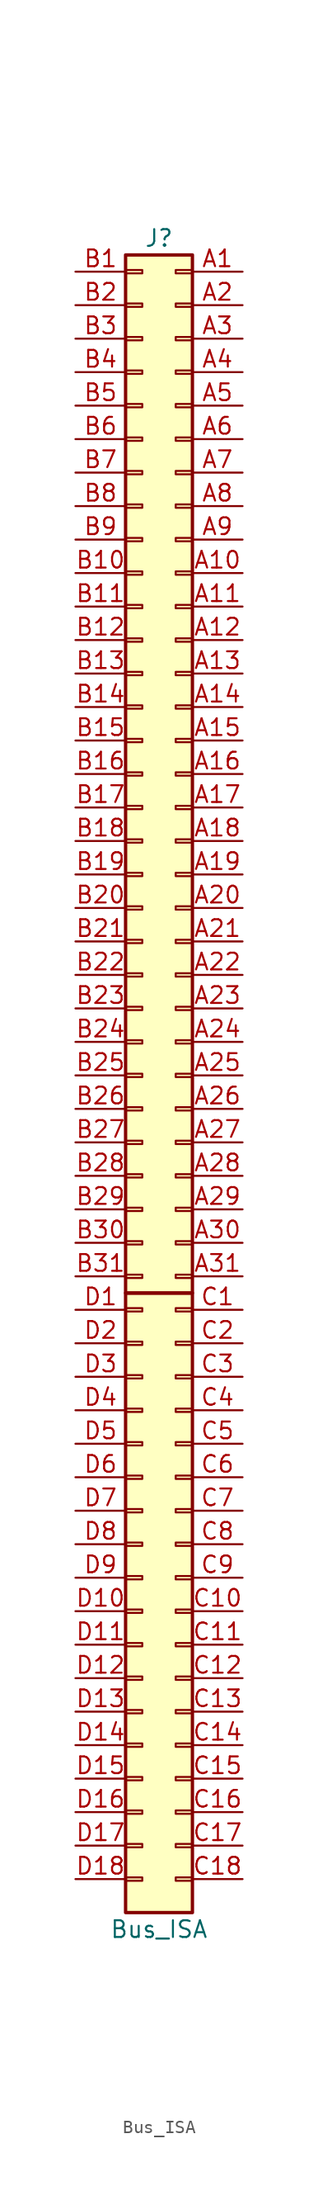
<source format=kicad_sym>
(kicad_symbol_lib
  (version 20220914)
  (generator kicad_symbol_editor)
  (symbol "Bus_ISA"
    (pin_names
      (offset 1.016) hide)
    (property "Reference" "J"
      (at 0 40.64 0)
      (effects (font (size 1.27 1.27))))
    (property "Value" "Bus_ISA"
      (at 0 -87.63 0)
      (effects (font (size 1.27 1.27))))
    (symbol "Bus_ISA_1_1"
      (rectangle (start -2.54 -83.693) (end -1.27 -83.947) (stroke (width 0.152) (type default)) (fill (type none)))
      (rectangle (start -2.54 -81.153) (end -1.27 -81.407) (stroke (width 0.152) (type default)) (fill (type none)))
      (rectangle (start -2.54 -78.613) (end -1.27 -78.867) (stroke (width 0.152) (type default)) (fill (type none)))
      (rectangle (start -2.54 -76.073) (end -1.27 -76.327) (stroke (width 0.152) (type default)) (fill (type none)))
      (rectangle (start -2.54 -73.533) (end -1.27 -73.787) (stroke (width 0.152) (type default)) (fill (type none)))
      (rectangle (start -2.54 -70.993) (end -1.27 -71.247) (stroke (width 0.152) (type default)) (fill (type none)))
      (rectangle (start -2.54 -68.453) (end -1.27 -68.707) (stroke (width 0.152) (type default)) (fill (type none)))
      (rectangle (start -2.54 -65.913) (end -1.27 -66.167) (stroke (width 0.152) (type default)) (fill (type none)))
      (rectangle (start -2.54 -63.373) (end -1.27 -63.627) (stroke (width 0.152) (type default)) (fill (type none)))
      (rectangle (start -2.54 -60.833) (end -1.27 -61.087) (stroke (width 0.152) (type default)) (fill (type none)))
      (rectangle (start -2.54 -58.293) (end -1.27 -58.547) (stroke (width 0.152) (type default)) (fill (type none)))
      (rectangle (start -2.54 -55.753) (end -1.27 -56.007) (stroke (width 0.152) (type default)) (fill (type none)))
      (rectangle (start -2.54 -53.213) (end -1.27 -53.467) (stroke (width 0.152) (type default)) (fill (type none)))
      (rectangle (start -2.54 -50.673) (end -1.27 -50.927) (stroke (width 0.152) (type default)) (fill (type none)))
      (rectangle (start -2.54 -48.133) (end -1.27 -48.387) (stroke (width 0.152) (type default)) (fill (type none)))
      (rectangle (start -2.54 -45.593) (end -1.27 -45.847) (stroke (width 0.152) (type default)) (fill (type none)))
      (rectangle (start -2.54 -43.053) (end -1.27 -43.307) (stroke (width 0.152) (type default)) (fill (type none)))
      (rectangle (start -2.54 -40.513) (end -1.27 -40.767) (stroke (width 0.152) (type default)) (fill (type none)))
      (rectangle (start -2.54 -39.37) (end 2.54 -86.36) (stroke (width 0.254) (type default)) (fill (type background)))
      (rectangle (start -2.54 -37.973) (end -1.27 -38.227) (stroke (width 0.152) (type default)) (fill (type none)))
      (rectangle (start -2.54 -35.433) (end -1.27 -35.687) (stroke (width 0.152) (type default)) (fill (type none)))
      (rectangle (start -2.54 -32.893) (end -1.27 -33.147) (stroke (width 0.152) (type default)) (fill (type none)))
      (rectangle (start -2.54 -30.353) (end -1.27 -30.607) (stroke (width 0.152) (type default)) (fill (type none)))
      (rectangle (start -2.54 -27.813) (end -1.27 -28.067) (stroke (width 0.152) (type default)) (fill (type none)))
      (rectangle (start -2.54 -25.273) (end -1.27 -25.527) (stroke (width 0.152) (type default)) (fill (type none)))
      (rectangle (start -2.54 -22.733) (end -1.27 -22.987) (stroke (width 0.152) (type default)) (fill (type none)))
      (rectangle (start -2.54 -20.193) (end -1.27 -20.447) (stroke (width 0.152) (type default)) (fill (type none)))
      (rectangle (start -2.54 -17.653) (end -1.27 -17.907) (stroke (width 0.152) (type default)) (fill (type none)))
      (rectangle (start -2.54 -15.113) (end -1.27 -15.367) (stroke (width 0.152) (type default)) (fill (type none)))
      (rectangle (start -2.54 -12.573) (end -1.27 -12.827) (stroke (width 0.152) (type default)) (fill (type none)))
      (rectangle (start -2.54 -10.033) (end -1.27 -10.287) (stroke (width 0.152) (type default)) (fill (type none)))
      (rectangle (start -2.54 -7.493) (end -1.27 -7.747) (stroke (width 0.152) (type default)) (fill (type none)))
      (rectangle (start -2.54 -4.953) (end -1.27 -5.207) (stroke (width 0.152) (type default)) (fill (type none)))
      (rectangle (start -2.54 -2.413) (end -1.27 -2.667) (stroke (width 0.152) (type default)) (fill (type none)))
      (rectangle (start -2.54 0.127) (end -1.27 -0.127) (stroke (width 0.152) (type default)) (fill (type none)))
      (rectangle (start -2.54 2.667) (end -1.27 2.413) (stroke (width 0.152) (type default)) (fill (type none)))
      (rectangle (start -2.54 5.207) (end -1.27 4.953) (stroke (width 0.152) (type default)) (fill (type none)))
      (rectangle (start -2.54 7.747) (end -1.27 7.493) (stroke (width 0.152) (type default)) (fill (type none)))
      (rectangle (start -2.54 10.287) (end -1.27 10.033) (stroke (width 0.152) (type default)) (fill (type none)))
      (rectangle (start -2.54 12.827) (end -1.27 12.573) (stroke (width 0.152) (type default)) (fill (type none)))
      (rectangle (start -2.54 15.367) (end -1.27 15.113) (stroke (width 0.152) (type default)) (fill (type none)))
      (rectangle (start -2.54 17.907) (end -1.27 17.653) (stroke (width 0.152) (type default)) (fill (type none)))
      (rectangle (start -2.54 20.447) (end -1.27 20.193) (stroke (width 0.152) (type default)) (fill (type none)))
      (rectangle (start -2.54 22.987) (end -1.27 22.733) (stroke (width 0.152) (type default)) (fill (type none)))
      (rectangle (start -2.54 25.527) (end -1.27 25.273) (stroke (width 0.152) (type default)) (fill (type none)))
      (rectangle (start -2.54 28.067) (end -1.27 27.813) (stroke (width 0.152) (type default)) (fill (type none)))
      (rectangle (start -2.54 30.607) (end -1.27 30.353) (stroke (width 0.152) (type default)) (fill (type none)))
      (rectangle (start -2.54 33.147) (end -1.27 32.893) (stroke (width 0.152) (type default)) (fill (type none)))
      (rectangle (start -2.54 35.687) (end -1.27 35.433) (stroke (width 0.152) (type default)) (fill (type none)))
      (rectangle (start -2.54 38.227) (end -1.27 37.973) (stroke (width 0.152) (type default)) (fill (type none)))
      (rectangle (start -2.54 39.37) (end 2.54 -39.37) (stroke (width 0.254) (type default)) (fill (type background)))
      (rectangle (start 2.54 -83.693) (end 1.27 -83.947) (stroke (width 0.152) (type default)) (fill (type none)))
      (rectangle (start 2.54 -81.153) (end 1.27 -81.407) (stroke (width 0.152) (type default)) (fill (type none)))
      (rectangle (start 2.54 -78.613) (end 1.27 -78.867) (stroke (width 0.152) (type default)) (fill (type none)))
      (rectangle (start 2.54 -76.073) (end 1.27 -76.327) (stroke (width 0.152) (type default)) (fill (type none)))
      (rectangle (start 2.54 -73.533) (end 1.27 -73.787) (stroke (width 0.152) (type default)) (fill (type none)))
      (rectangle (start 2.54 -70.993) (end 1.27 -71.247) (stroke (width 0.152) (type default)) (fill (type none)))
      (rectangle (start 2.54 -68.453) (end 1.27 -68.707) (stroke (width 0.152) (type default)) (fill (type none)))
      (rectangle (start 2.54 -65.913) (end 1.27 -66.167) (stroke (width 0.152) (type default)) (fill (type none)))
      (rectangle (start 2.54 -63.373) (end 1.27 -63.627) (stroke (width 0.152) (type default)) (fill (type none)))
      (rectangle (start 2.54 -60.833) (end 1.27 -61.087) (stroke (width 0.152) (type default)) (fill (type none)))
      (rectangle (start 2.54 -58.293) (end 1.27 -58.547) (stroke (width 0.152) (type default)) (fill (type none)))
      (rectangle (start 2.54 -55.753) (end 1.27 -56.007) (stroke (width 0.152) (type default)) (fill (type none)))
      (rectangle (start 2.54 -53.213) (end 1.27 -53.467) (stroke (width 0.152) (type default)) (fill (type none)))
      (rectangle (start 2.54 -50.673) (end 1.27 -50.927) (stroke (width 0.152) (type default)) (fill (type none)))
      (rectangle (start 2.54 -48.133) (end 1.27 -48.387) (stroke (width 0.152) (type default)) (fill (type none)))
      (rectangle (start 2.54 -45.593) (end 1.27 -45.847) (stroke (width 0.152) (type default)) (fill (type none)))
      (rectangle (start 2.54 -43.053) (end 1.27 -43.307) (stroke (width 0.152) (type default)) (fill (type none)))
      (rectangle (start 2.54 -40.513) (end 1.27 -40.767) (stroke (width 0.152) (type default)) (fill (type none)))
      (rectangle (start 2.54 -37.973) (end 1.27 -38.227) (stroke (width 0.152) (type default)) (fill (type none)))
      (rectangle (start 2.54 -35.433) (end 1.27 -35.687) (stroke (width 0.152) (type default)) (fill (type none)))
      (rectangle (start 2.54 -32.893) (end 1.27 -33.147) (stroke (width 0.152) (type default)) (fill (type none)))
      (rectangle (start 2.54 -30.353) (end 1.27 -30.607) (stroke (width 0.152) (type default)) (fill (type none)))
      (rectangle (start 2.54 -27.813) (end 1.27 -28.067) (stroke (width 0.152) (type default)) (fill (type none)))
      (rectangle (start 2.54 -25.273) (end 1.27 -25.527) (stroke (width 0.152) (type default)) (fill (type none)))
      (rectangle (start 2.54 -22.733) (end 1.27 -22.987) (stroke (width 0.152) (type default)) (fill (type none)))
      (rectangle (start 2.54 -20.193) (end 1.27 -20.447) (stroke (width 0.152) (type default)) (fill (type none)))
      (rectangle (start 2.54 -17.653) (end 1.27 -17.907) (stroke (width 0.152) (type default)) (fill (type none)))
      (rectangle (start 2.54 -15.113) (end 1.27 -15.367) (stroke (width 0.152) (type default)) (fill (type none)))
      (rectangle (start 2.54 -12.573) (end 1.27 -12.827) (stroke (width 0.152) (type default)) (fill (type none)))
      (rectangle (start 2.54 -10.033) (end 1.27 -10.287) (stroke (width 0.152) (type default)) (fill (type none)))
      (rectangle (start 2.54 -7.493) (end 1.27 -7.747) (stroke (width 0.152) (type default)) (fill (type none)))
      (rectangle (start 2.54 -4.953) (end 1.27 -5.207) (stroke (width 0.152) (type default)) (fill (type none)))
      (rectangle (start 2.54 -2.413) (end 1.27 -2.667) (stroke (width 0.152) (type default)) (fill (type none)))
      (rectangle (start 2.54 0.127) (end 1.27 -0.127) (stroke (width 0.152) (type default)) (fill (type none)))
      (rectangle (start 2.54 2.667) (end 1.27 2.413) (stroke (width 0.152) (type default)) (fill (type none)))
      (rectangle (start 2.54 5.207) (end 1.27 4.953) (stroke (width 0.152) (type default)) (fill (type none)))
      (rectangle (start 2.54 7.747) (end 1.27 7.493) (stroke (width 0.152) (type default)) (fill (type none)))
      (rectangle (start 2.54 10.287) (end 1.27 10.033) (stroke (width 0.152) (type default)) (fill (type none)))
      (rectangle (start 2.54 12.827) (end 1.27 12.573) (stroke (width 0.152) (type default)) (fill (type none)))
      (rectangle (start 2.54 15.367) (end 1.27 15.113) (stroke (width 0.152) (type default)) (fill (type none)))
      (rectangle (start 2.54 17.907) (end 1.27 17.653) (stroke (width 0.152) (type default)) (fill (type none)))
      (rectangle (start 2.54 20.447) (end 1.27 20.193) (stroke (width 0.152) (type default)) (fill (type none)))
      (rectangle (start 2.54 22.987) (end 1.27 22.733) (stroke (width 0.152) (type default)) (fill (type none)))
      (rectangle (start 2.54 25.527) (end 1.27 25.273) (stroke (width 0.152) (type default)) (fill (type none)))
      (rectangle (start 2.54 28.067) (end 1.27 27.813) (stroke (width 0.152) (type default)) (fill (type none)))
      (rectangle (start 2.54 30.607) (end 1.27 30.353) (stroke (width 0.152) (type default)) (fill (type none)))
      (rectangle (start 2.54 33.147) (end 1.27 32.893) (stroke (width 0.152) (type default)) (fill (type none)))
      (rectangle (start 2.54 35.687) (end 1.27 35.433) (stroke (width 0.152) (type default)) (fill (type none)))
      (rectangle (start 2.54 38.227) (end 1.27 37.973) (stroke (width 0.152) (type default)) (fill (type none)))
      (pin passive line (at 6.35 38.1 180) (length 3.81) (name "Pin_A1" (effects (font (size 1.27 1.27)))) (number "A1" (effects (font (size 1.27 1.27)))))
      (pin passive line (at 6.35 15.24 180) (length 3.81) (name "Pin_A10" (effects (font (size 1.27 1.27)))) (number "A10" (effects (font (size 1.27 1.27)))))
      (pin passive line (at 6.35 12.7 180) (length 3.81) (name "Pin_A11" (effects (font (size 1.27 1.27)))) (number "A11" (effects (font (size 1.27 1.27)))))
      (pin passive line (at 6.35 10.16 180) (length 3.81) (name "Pin_A12" (effects (font (size 1.27 1.27)))) (number "A12" (effects (font (size 1.27 1.27)))))
      (pin passive line (at 6.35 7.62 180) (length 3.81) (name "Pin_A13" (effects (font (size 1.27 1.27)))) (number "A13" (effects (font (size 1.27 1.27)))))
      (pin passive line (at 6.35 5.08 180) (length 3.81) (name "Pin_A14" (effects (font (size 1.27 1.27)))) (number "A14" (effects (font (size 1.27 1.27)))))
      (pin passive line (at 6.35 2.54 180) (length 3.81) (name "Pin_A15" (effects (font (size 1.27 1.27)))) (number "A15" (effects (font (size 1.27 1.27)))))
      (pin passive line (at 6.35 0 180) (length 3.81) (name "Pin_A16" (effects (font (size 1.27 1.27)))) (number "A16" (effects (font (size 1.27 1.27)))))
      (pin passive line (at 6.35 -2.54 180) (length 3.81) (name "Pin_A17" (effects (font (size 1.27 1.27)))) (number "A17" (effects (font (size 1.27 1.27)))))
      (pin passive line (at 6.35 -5.08 180) (length 3.81) (name "Pin_A18" (effects (font (size 1.27 1.27)))) (number "A18" (effects (font (size 1.27 1.27)))))
      (pin passive line (at 6.35 -7.62 180) (length 3.81) (name "Pin_A19" (effects (font (size 1.27 1.27)))) (number "A19" (effects (font (size 1.27 1.27)))))
      (pin passive line (at 6.35 35.56 180) (length 3.81) (name "Pin_A2" (effects (font (size 1.27 1.27)))) (number "A2" (effects (font (size 1.27 1.27)))))
      (pin passive line (at 6.35 -10.16 180) (length 3.81) (name "Pin_A20" (effects (font (size 1.27 1.27)))) (number "A20" (effects (font (size 1.27 1.27)))))
      (pin passive line (at 6.35 -12.7 180) (length 3.81) (name "Pin_A21" (effects (font (size 1.27 1.27)))) (number "A21" (effects (font (size 1.27 1.27)))))
      (pin passive line (at 6.35 -15.24 180) (length 3.81) (name "Pin_A22" (effects (font (size 1.27 1.27)))) (number "A22" (effects (font (size 1.27 1.27)))))
      (pin passive line (at 6.35 -17.78 180) (length 3.81) (name "Pin_A23" (effects (font (size 1.27 1.27)))) (number "A23" (effects (font (size 1.27 1.27)))))
      (pin passive line (at 6.35 -20.32 180) (length 3.81) (name "Pin_A24" (effects (font (size 1.27 1.27)))) (number "A24" (effects (font (size 1.27 1.27)))))
      (pin passive line (at 6.35 -22.86 180) (length 3.81) (name "Pin_A25" (effects (font (size 1.27 1.27)))) (number "A25" (effects (font (size 1.27 1.27)))))
      (pin passive line (at 6.35 -25.4 180) (length 3.81) (name "Pin_A26" (effects (font (size 1.27 1.27)))) (number "A26" (effects (font (size 1.27 1.27)))))
      (pin passive line (at 6.35 -27.94 180) (length 3.81) (name "Pin_A27" (effects (font (size 1.27 1.27)))) (number "A27" (effects (font (size 1.27 1.27)))))
      (pin passive line (at 6.35 -30.48 180) (length 3.81) (name "Pin_A28" (effects (font (size 1.27 1.27)))) (number "A28" (effects (font (size 1.27 1.27)))))
      (pin passive line (at 6.35 -33.02 180) (length 3.81) (name "Pin_A29" (effects (font (size 1.27 1.27)))) (number "A29" (effects (font (size 1.27 1.27)))))
      (pin passive line (at 6.35 33.02 180) (length 3.81) (name "Pin_A3" (effects (font (size 1.27 1.27)))) (number "A3" (effects (font (size 1.27 1.27)))))
      (pin passive line (at 6.35 -35.56 180) (length 3.81) (name "Pin_A30" (effects (font (size 1.27 1.27)))) (number "A30" (effects (font (size 1.27 1.27)))))
      (pin passive line (at 6.35 -38.1 180) (length 3.81) (name "Pin_A31" (effects (font (size 1.27 1.27)))) (number "A31" (effects (font (size 1.27 1.27)))))
      (pin passive line (at 6.35 30.48 180) (length 3.81) (name "Pin_A4" (effects (font (size 1.27 1.27)))) (number "A4" (effects (font (size 1.27 1.27)))))
      (pin passive line (at 6.35 27.94 180) (length 3.81) (name "Pin_A5" (effects (font (size 1.27 1.27)))) (number "A5" (effects (font (size 1.27 1.27)))))
      (pin passive line (at 6.35 25.4 180) (length 3.81) (name "Pin_A6" (effects (font (size 1.27 1.27)))) (number "A6" (effects (font (size 1.27 1.27)))))
      (pin passive line (at 6.35 22.86 180) (length 3.81) (name "Pin_A7" (effects (font (size 1.27 1.27)))) (number "A7" (effects (font (size 1.27 1.27)))))
      (pin passive line (at 6.35 20.32 180) (length 3.81) (name "Pin_A8" (effects (font (size 1.27 1.27)))) (number "A8" (effects (font (size 1.27 1.27)))))
      (pin passive line (at 6.35 17.78 180) (length 3.81) (name "Pin_A9" (effects (font (size 1.27 1.27)))) (number "A9" (effects (font (size 1.27 1.27)))))
      (pin passive line (at -6.35 38.1 0) (length 3.81) (name "Pin_B1" (effects (font (size 1.27 1.27)))) (number "B1" (effects (font (size 1.27 1.27)))))
      (pin passive line (at -6.35 15.24 0) (length 3.81) (name "Pin_B10" (effects (font (size 1.27 1.27)))) (number "B10" (effects (font (size 1.27 1.27)))))
      (pin passive line (at -6.35 12.7 0) (length 3.81) (name "Pin_B11" (effects (font (size 1.27 1.27)))) (number "B11" (effects (font (size 1.27 1.27)))))
      (pin passive line (at -6.35 10.16 0) (length 3.81) (name "Pin_B12" (effects (font (size 1.27 1.27)))) (number "B12" (effects (font (size 1.27 1.27)))))
      (pin passive line (at -6.35 7.62 0) (length 3.81) (name "Pin_B13" (effects (font (size 1.27 1.27)))) (number "B13" (effects (font (size 1.27 1.27)))))
      (pin passive line (at -6.35 5.08 0) (length 3.81) (name "Pin_B14" (effects (font (size 1.27 1.27)))) (number "B14" (effects (font (size 1.27 1.27)))))
      (pin passive line (at -6.35 2.54 0) (length 3.81) (name "Pin_B15" (effects (font (size 1.27 1.27)))) (number "B15" (effects (font (size 1.27 1.27)))))
      (pin passive line (at -6.35 0 0) (length 3.81) (name "Pin_B16" (effects (font (size 1.27 1.27)))) (number "B16" (effects (font (size 1.27 1.27)))))
      (pin passive line (at -6.35 -2.54 0) (length 3.81) (name "Pin_B17" (effects (font (size 1.27 1.27)))) (number "B17" (effects (font (size 1.27 1.27)))))
      (pin passive line (at -6.35 -5.08 0) (length 3.81) (name "Pin_B18" (effects (font (size 1.27 1.27)))) (number "B18" (effects (font (size 1.27 1.27)))))
      (pin passive line (at -6.35 -7.62 0) (length 3.81) (name "Pin_B19" (effects (font (size 1.27 1.27)))) (number "B19" (effects (font (size 1.27 1.27)))))
      (pin passive line (at -6.35 35.56 0) (length 3.81) (name "Pin_B2" (effects (font (size 1.27 1.27)))) (number "B2" (effects (font (size 1.27 1.27)))))
      (pin passive line (at -6.35 -10.16 0) (length 3.81) (name "Pin_B20" (effects (font (size 1.27 1.27)))) (number "B20" (effects (font (size 1.27 1.27)))))
      (pin passive line (at -6.35 -12.7 0) (length 3.81) (name "Pin_B21" (effects (font (size 1.27 1.27)))) (number "B21" (effects (font (size 1.27 1.27)))))
      (pin passive line (at -6.35 -15.24 0) (length 3.81) (name "Pin_B22" (effects (font (size 1.27 1.27)))) (number "B22" (effects (font (size 1.27 1.27)))))
      (pin passive line (at -6.35 -17.78 0) (length 3.81) (name "Pin_B23" (effects (font (size 1.27 1.27)))) (number "B23" (effects (font (size 1.27 1.27)))))
      (pin passive line (at -6.35 -20.32 0) (length 3.81) (name "Pin_B24" (effects (font (size 1.27 1.27)))) (number "B24" (effects (font (size 1.27 1.27)))))
      (pin passive line (at -6.35 -22.86 0) (length 3.81) (name "Pin_B25" (effects (font (size 1.27 1.27)))) (number "B25" (effects (font (size 1.27 1.27)))))
      (pin passive line (at -6.35 -25.4 0) (length 3.81) (name "Pin_B26" (effects (font (size 1.27 1.27)))) (number "B26" (effects (font (size 1.27 1.27)))))
      (pin passive line (at -6.35 -27.94 0) (length 3.81) (name "Pin_B27" (effects (font (size 1.27 1.27)))) (number "B27" (effects (font (size 1.27 1.27)))))
      (pin passive line (at -6.35 -30.48 0) (length 3.81) (name "Pin_B28" (effects (font (size 1.27 1.27)))) (number "B28" (effects (font (size 1.27 1.27)))))
      (pin passive line (at -6.35 -33.02 0) (length 3.81) (name "Pin_B29" (effects (font (size 1.27 1.27)))) (number "B29" (effects (font (size 1.27 1.27)))))
      (pin passive line (at -6.35 33.02 0) (length 3.81) (name "Pin_B3" (effects (font (size 1.27 1.27)))) (number "B3" (effects (font (size 1.27 1.27)))))
      (pin passive line (at -6.35 -35.56 0) (length 3.81) (name "Pin_B30" (effects (font (size 1.27 1.27)))) (number "B30" (effects (font (size 1.27 1.27)))))
      (pin passive line (at -6.35 -38.1 0) (length 3.81) (name "Pin_B31" (effects (font (size 1.27 1.27)))) (number "B31" (effects (font (size 1.27 1.27)))))
      (pin passive line (at -6.35 30.48 0) (length 3.81) (name "Pin_B4" (effects (font (size 1.27 1.27)))) (number "B4" (effects (font (size 1.27 1.27)))))
      (pin passive line (at -6.35 27.94 0) (length 3.81) (name "Pin_B5" (effects (font (size 1.27 1.27)))) (number "B5" (effects (font (size 1.27 1.27)))))
      (pin passive line (at -6.35 25.4 0) (length 3.81) (name "Pin_B6" (effects (font (size 1.27 1.27)))) (number "B6" (effects (font (size 1.27 1.27)))))
      (pin passive line (at -6.35 22.86 0) (length 3.81) (name "Pin_B7" (effects (font (size 1.27 1.27)))) (number "B7" (effects (font (size 1.27 1.27)))))
      (pin passive line (at -6.35 20.32 0) (length 3.81) (name "Pin_B8" (effects (font (size 1.27 1.27)))) (number "B8" (effects (font (size 1.27 1.27)))))
      (pin passive line (at -6.35 17.78 0) (length 3.81) (name "Pin_B9" (effects (font (size 1.27 1.27)))) (number "B9" (effects (font (size 1.27 1.27)))))
      (pin passive line (at 6.35 -40.64 180) (length 3.81) (name "Pin_C1" (effects (font (size 1.27 1.27)))) (number "C1" (effects (font (size 1.27 1.27)))))
      (pin passive line (at 6.35 -63.5 180) (length 3.81) (name "Pin_C10" (effects (font (size 1.27 1.27)))) (number "C10" (effects (font (size 1.27 1.27)))))
      (pin passive line (at 6.35 -66.04 180) (length 3.81) (name "Pin_C11" (effects (font (size 1.27 1.27)))) (number "C11" (effects (font (size 1.27 1.27)))))
      (pin passive line (at 6.35 -68.58 180) (length 3.81) (name "Pin_C12" (effects (font (size 1.27 1.27)))) (number "C12" (effects (font (size 1.27 1.27)))))
      (pin passive line (at 6.35 -71.12 180) (length 3.81) (name "Pin_C13" (effects (font (size 1.27 1.27)))) (number "C13" (effects (font (size 1.27 1.27)))))
      (pin passive line (at 6.35 -73.66 180) (length 3.81) (name "Pin_C14" (effects (font (size 1.27 1.27)))) (number "C14" (effects (font (size 1.27 1.27)))))
      (pin passive line (at 6.35 -76.2 180) (length 3.81) (name "Pin_C15" (effects (font (size 1.27 1.27)))) (number "C15" (effects (font (size 1.27 1.27)))))
      (pin passive line (at 6.35 -78.74 180) (length 3.81) (name "Pin_C16" (effects (font (size 1.27 1.27)))) (number "C16" (effects (font (size 1.27 1.27)))))
      (pin passive line (at 6.35 -81.28 180) (length 3.81) (name "Pin_C17" (effects (font (size 1.27 1.27)))) (number "C17" (effects (font (size 1.27 1.27)))))
      (pin passive line (at 6.35 -83.82 180) (length 3.81) (name "Pin_C18" (effects (font (size 1.27 1.27)))) (number "C18" (effects (font (size 1.27 1.27)))))
      (pin passive line (at 6.35 -43.18 180) (length 3.81) (name "Pin_C2" (effects (font (size 1.27 1.27)))) (number "C2" (effects (font (size 1.27 1.27)))))
      (pin passive line (at 6.35 -45.72 180) (length 3.81) (name "Pin_C3" (effects (font (size 1.27 1.27)))) (number "C3" (effects (font (size 1.27 1.27)))))
      (pin passive line (at 6.35 -48.26 180) (length 3.81) (name "Pin_C4" (effects (font (size 1.27 1.27)))) (number "C4" (effects (font (size 1.27 1.27)))))
      (pin passive line (at 6.35 -50.8 180) (length 3.81) (name "Pin_C5" (effects (font (size 1.27 1.27)))) (number "C5" (effects (font (size 1.27 1.27)))))
      (pin passive line (at 6.35 -53.34 180) (length 3.81) (name "Pin_C6" (effects (font (size 1.27 1.27)))) (number "C6" (effects (font (size 1.27 1.27)))))
      (pin passive line (at 6.35 -55.88 180) (length 3.81) (name "Pin_C7" (effects (font (size 1.27 1.27)))) (number "C7" (effects (font (size 1.27 1.27)))))
      (pin passive line (at 6.35 -58.42 180) (length 3.81) (name "Pin_C8" (effects (font (size 1.27 1.27)))) (number "C8" (effects (font (size 1.27 1.27)))))
      (pin passive line (at 6.35 -60.96 180) (length 3.81) (name "Pin_C9" (effects (font (size 1.27 1.27)))) (number "C9" (effects (font (size 1.27 1.27)))))
      (pin passive line (at -6.35 -40.64 0) (length 3.81) (name "Pin_D1" (effects (font (size 1.27 1.27)))) (number "D1" (effects (font (size 1.27 1.27)))))
      (pin passive line (at -6.35 -63.5 0) (length 3.81) (name "Pin_D10" (effects (font (size 1.27 1.27)))) (number "D10" (effects (font (size 1.27 1.27)))))
      (pin passive line (at -6.35 -66.04 0) (length 3.81) (name "Pin_D11" (effects (font (size 1.27 1.27)))) (number "D11" (effects (font (size 1.27 1.27)))))
      (pin passive line (at -6.35 -68.58 0) (length 3.81) (name "Pin_D12" (effects (font (size 1.27 1.27)))) (number "D12" (effects (font (size 1.27 1.27)))))
      (pin passive line (at -6.35 -71.12 0) (length 3.81) (name "Pin_D13" (effects (font (size 1.27 1.27)))) (number "D13" (effects (font (size 1.27 1.27)))))
      (pin passive line (at -6.35 -73.66 0) (length 3.81) (name "Pin_D14" (effects (font (size 1.27 1.27)))) (number "D14" (effects (font (size 1.27 1.27)))))
      (pin passive line (at -6.35 -76.2 0) (length 3.81) (name "Pin_D15" (effects (font (size 1.27 1.27)))) (number "D15" (effects (font (size 1.27 1.27)))))
      (pin passive line (at -6.35 -78.74 0) (length 3.81) (name "Pin_D16" (effects (font (size 1.27 1.27)))) (number "D16" (effects (font (size 1.27 1.27)))))
      (pin passive line (at -6.35 -81.28 0) (length 3.81) (name "Pin_D17" (effects (font (size 1.27 1.27)))) (number "D17" (effects (font (size 1.27 1.27)))))
      (pin passive line (at -6.35 -83.82 0) (length 3.81) (name "Pin_D18" (effects (font (size 1.27 1.27)))) (number "D18" (effects (font (size 1.27 1.27)))))
      (pin passive line (at -6.35 -43.18 0) (length 3.81) (name "Pin_D2" (effects (font (size 1.27 1.27)))) (number "D2" (effects (font (size 1.27 1.27)))))
      (pin passive line (at -6.35 -45.72 0) (length 3.81) (name "Pin_D3" (effects (font (size 1.27 1.27)))) (number "D3" (effects (font (size 1.27 1.27)))))
      (pin passive line (at -6.35 -48.26 0) (length 3.81) (name "Pin_D4" (effects (font (size 1.27 1.27)))) (number "D4" (effects (font (size 1.27 1.27)))))
      (pin passive line (at -6.35 -50.8 0) (length 3.81) (name "Pin_D5" (effects (font (size 1.27 1.27)))) (number "D5" (effects (font (size 1.27 1.27)))))
      (pin passive line (at -6.35 -53.34 0) (length 3.81) (name "Pin_D6" (effects (font (size 1.27 1.27)))) (number "D6" (effects (font (size 1.27 1.27)))))
      (pin passive line (at -6.35 -55.88 0) (length 3.81) (name "Pin_D7" (effects (font (size 1.27 1.27)))) (number "D7" (effects (font (size 1.27 1.27)))))
      (pin passive line (at -6.35 -58.42 0) (length 3.81) (name "Pin_D8" (effects (font (size 1.27 1.27)))) (number "D8" (effects (font (size 1.27 1.27)))))
      (pin passive line (at -6.35 -60.96 0) (length 3.81) (name "Pin_D9" (effects (font (size 1.27 1.27)))) (number "D9" (effects (font (size 1.27 1.27))))))))
</source>
